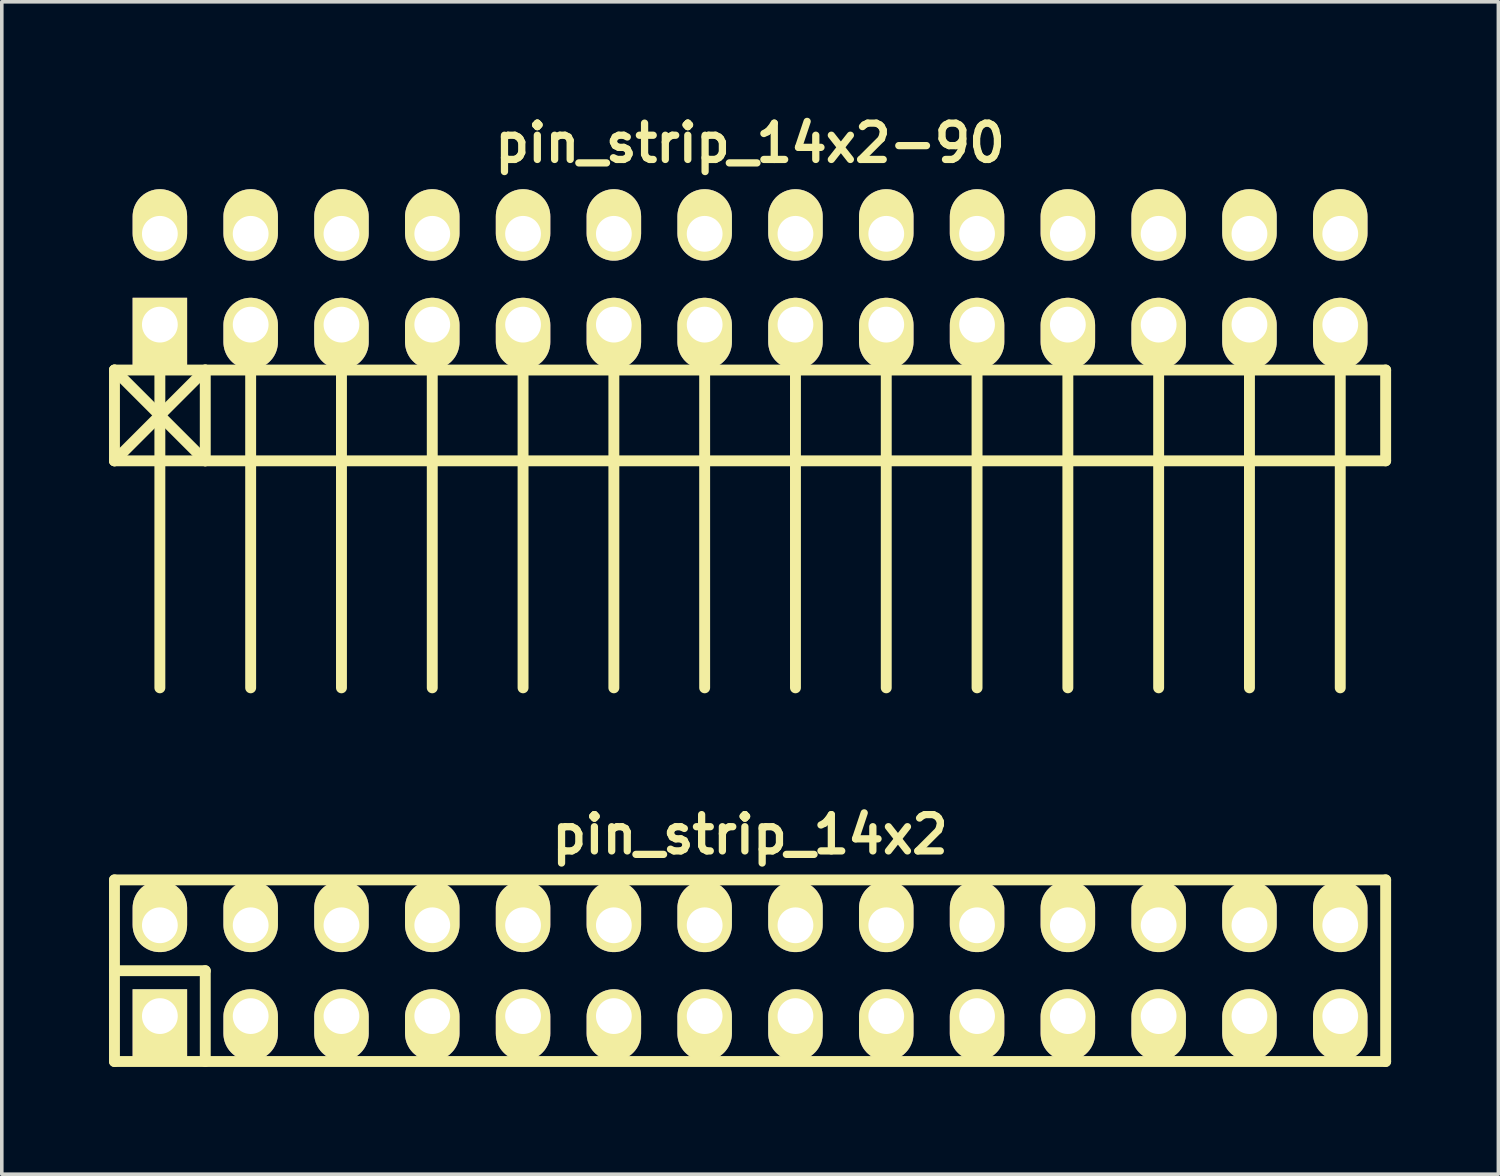
<source format=kicad_pcb>
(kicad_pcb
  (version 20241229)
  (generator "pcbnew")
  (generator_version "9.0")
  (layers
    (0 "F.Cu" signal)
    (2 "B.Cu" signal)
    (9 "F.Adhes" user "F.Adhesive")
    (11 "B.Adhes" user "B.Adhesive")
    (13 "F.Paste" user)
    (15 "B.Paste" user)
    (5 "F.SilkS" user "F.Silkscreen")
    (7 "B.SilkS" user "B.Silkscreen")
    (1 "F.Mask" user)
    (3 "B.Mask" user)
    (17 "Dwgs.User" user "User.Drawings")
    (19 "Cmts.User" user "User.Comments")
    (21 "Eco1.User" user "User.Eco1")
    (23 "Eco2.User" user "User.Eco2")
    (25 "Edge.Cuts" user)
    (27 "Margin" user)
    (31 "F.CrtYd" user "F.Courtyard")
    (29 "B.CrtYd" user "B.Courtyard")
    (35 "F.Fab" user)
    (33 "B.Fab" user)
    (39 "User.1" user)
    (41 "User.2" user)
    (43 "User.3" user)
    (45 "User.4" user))
  (footprint "pin_strip_14x2"
    (layer "F.Cu")
    (at 17.932 24.104)
    (property "Reference" "pin_strip_14x2" (at 0 -3.81 0) (layer "F.SilkS") (effects (font (size 1.016 1.016) (thickness 0.203))))
    (attr through_hole)
    (fp_line (start -17.78 -2.54) (end -17.78 2.54) (stroke (width 0.305) (type solid)) (layer "F.SilkS"))
    (fp_line (start -17.78 -2.54) (end 17.78 -2.54) (stroke (width 0.305) (type solid)) (layer "F.SilkS"))
    (fp_line (start -17.78 0) (end -15.24 0) (stroke (width 0.305) (type solid)) (layer "F.SilkS"))
    (fp_line (start -15.24 0) (end -15.24 2.54) (stroke (width 0.305) (type solid)) (layer "F.SilkS"))
    (fp_line (start 17.78 2.54) (end -17.78 2.54) (stroke (width 0.305) (type solid)) (layer "F.SilkS"))
    (fp_line (start 17.78 2.54) (end 17.78 -2.54) (stroke (width 0.305) (type solid)) (layer "F.SilkS"))
    (pad "1" thru_hole rect (at -16.51 1.27) (size 1.524 1.999) (drill 1.001 (offset 0 0.249)) (layers "*.Cu" "*.Mask" "F.SilkS"))
    (pad "2" thru_hole oval (at -16.51 -1.27) (size 1.524 1.999) (drill 1.001 (offset 0 -0.249)) (layers "*.Cu" "*.Mask" "F.SilkS"))
    (pad "3" thru_hole oval (at -13.97 1.27) (size 1.524 1.999) (drill 1.001 (offset 0 0.249)) (layers "*.Cu" "*.Mask" "F.SilkS"))
    (pad "4" thru_hole oval (at -13.97 -1.27) (size 1.524 1.999) (drill 1.001 (offset 0 -0.249)) (layers "*.Cu" "*.Mask" "F.SilkS"))
    (pad "5" thru_hole oval (at -11.43 1.27) (size 1.524 1.999) (drill 1.001 (offset 0 0.249)) (layers "*.Cu" "*.Mask" "F.SilkS"))
    (pad "6" thru_hole oval (at -11.43 -1.27) (size 1.524 1.999) (drill 1.001 (offset 0 -0.249)) (layers "*.Cu" "*.Mask" "F.SilkS"))
    (pad "7" thru_hole oval (at -8.89 1.27) (size 1.524 1.999) (drill 1.001 (offset 0 0.249)) (layers "*.Cu" "*.Mask" "F.SilkS"))
    (pad "8" thru_hole oval (at -8.89 -1.27) (size 1.524 1.999) (drill 1.001 (offset 0 -0.249)) (layers "*.Cu" "*.Mask" "F.SilkS"))
    (pad "9" thru_hole oval (at -6.35 1.27) (size 1.524 1.999) (drill 1.001 (offset 0 0.249)) (layers "*.Cu" "*.Mask" "F.SilkS"))
    (pad "10" thru_hole oval (at -6.35 -1.27) (size 1.524 1.999) (drill 1.001 (offset 0 -0.249)) (layers "*.Cu" "*.Mask" "F.SilkS"))
    (pad "11" thru_hole oval (at -3.81 1.27) (size 1.524 1.999) (drill 1.001 (offset 0 0.249)) (layers "*.Cu" "*.Mask" "F.SilkS"))
    (pad "12" thru_hole oval (at -3.81 -1.27) (size 1.524 1.999) (drill 1.001 (offset 0 -0.249)) (layers "*.Cu" "*.Mask" "F.SilkS"))
    (pad "13" thru_hole oval (at -1.27 1.27) (size 1.524 1.999) (drill 1.001 (offset 0 0.249)) (layers "*.Cu" "*.Mask" "F.SilkS"))
    (pad "14" thru_hole oval (at -1.27 -1.27) (size 1.524 1.999) (drill 1.001 (offset 0 -0.249)) (layers "*.Cu" "*.Mask" "F.SilkS"))
    (pad "15" thru_hole oval (at 1.27 1.27) (size 1.524 1.999) (drill 1.001 (offset 0 0.249)) (layers "*.Cu" "*.Mask" "F.SilkS"))
    (pad "16" thru_hole oval (at 1.27 -1.27) (size 1.524 1.999) (drill 1.001 (offset 0 -0.249)) (layers "*.Cu" "*.Mask" "F.SilkS"))
    (pad "17" thru_hole oval (at 3.81 1.27) (size 1.524 1.999) (drill 1.001 (offset 0 0.249)) (layers "*.Cu" "*.Mask" "F.SilkS"))
    (pad "18" thru_hole oval (at 3.81 -1.27) (size 1.524 1.999) (drill 1.001 (offset 0 -0.249)) (layers "*.Cu" "*.Mask" "F.SilkS"))
    (pad "19" thru_hole oval (at 6.35 1.27) (size 1.524 1.999) (drill 1.001 (offset 0 0.249)) (layers "*.Cu" "*.Mask" "F.SilkS"))
    (pad "20" thru_hole oval (at 6.35 -1.27) (size 1.524 1.999) (drill 1.001 (offset 0 -0.249)) (layers "*.Cu" "*.Mask" "F.SilkS"))
    (pad "21" thru_hole oval (at 8.89 1.27) (size 1.524 1.999) (drill 1.001 (offset 0 0.249)) (layers "*.Cu" "*.Mask" "F.SilkS"))
    (pad "22" thru_hole oval (at 8.89 -1.27) (size 1.524 1.999) (drill 1.001 (offset 0 -0.249)) (layers "*.Cu" "*.Mask" "F.SilkS"))
    (pad "23" thru_hole oval (at 11.43 1.27) (size 1.524 1.999) (drill 1.001 (offset 0 0.249)) (layers "*.Cu" "*.Mask" "F.SilkS"))
    (pad "24" thru_hole oval (at 11.43 -1.27) (size 1.524 1.999) (drill 1.001 (offset 0 -0.249)) (layers "*.Cu" "*.Mask" "F.SilkS"))
    (pad "25" thru_hole oval (at 13.97 1.27) (size 1.524 1.999) (drill 1.001 (offset 0 0.249)) (layers "*.Cu" "*.Mask" "F.SilkS"))
    (pad "26" thru_hole oval (at 13.97 -1.27) (size 1.524 1.999) (drill 1.001 (offset 0 -0.249)) (layers "*.Cu" "*.Mask" "F.SilkS"))
    (pad "27" thru_hole oval (at 16.51 1.27) (size 1.524 1.999) (drill 1.001 (offset 0 0.249)) (layers "*.Cu" "*.Mask" "F.SilkS"))
    (pad "28" thru_hole oval (at 16.51 -1.27) (size 1.524 1.999) (drill 1.001 (offset 0 -0.249)) (layers "*.Cu" "*.Mask" "F.SilkS")))
  (footprint "pin_strip_14x2-90"
    (layer "F.Cu")
    (at 17.932 4.761)
    (property "Reference" "pin_strip_14x2-90" (at 0 -3.81 0) (layer "F.SilkS") (effects (font (size 1.016 1.016) (thickness 0.203))))
    (attr through_hole)
    (fp_line (start -17.78 2.54) (end -15.24 5.08) (stroke (width 0.305) (type solid)) (layer "F.SilkS"))
    (fp_line (start -17.78 2.54) (end 17.78 2.54) (stroke (width 0.305) (type solid)) (layer "F.SilkS"))
    (fp_line (start -17.78 5.08) (end -17.78 2.54) (stroke (width 0.305) (type solid)) (layer "F.SilkS"))
    (fp_line (start -16.51 1.27) (end -16.51 11.43) (stroke (width 0.305) (type solid)) (layer "F.SilkS"))
    (fp_line (start -15.24 2.54) (end -17.78 5.08) (stroke (width 0.305) (type solid)) (layer "F.SilkS"))
    (fp_line (start -15.24 5.08) (end -15.24 2.54) (stroke (width 0.305) (type solid)) (layer "F.SilkS"))
    (fp_line (start -13.97 1.27) (end -13.97 11.43) (stroke (width 0.305) (type solid)) (layer "F.SilkS"))
    (fp_line (start -11.43 11.43) (end -11.43 1.27) (stroke (width 0.305) (type solid)) (layer "F.SilkS"))
    (fp_line (start -8.89 1.27) (end -8.89 11.43) (stroke (width 0.305) (type solid)) (layer "F.SilkS"))
    (fp_line (start -6.35 1.27) (end -6.35 11.43) (stroke (width 0.305) (type solid)) (layer "F.SilkS"))
    (fp_line (start -3.81 1.27) (end -3.81 11.43) (stroke (width 0.305) (type solid)) (layer "F.SilkS"))
    (fp_line (start -1.27 1.27) (end -1.27 11.43) (stroke (width 0.305) (type solid)) (layer "F.SilkS"))
    (fp_line (start 1.27 1.27) (end 1.27 11.43) (stroke (width 0.305) (type solid)) (layer "F.SilkS"))
    (fp_line (start 3.81 1.27) (end 3.81 11.43) (stroke (width 0.305) (type solid)) (layer "F.SilkS"))
    (fp_line (start 6.35 1.27) (end 6.35 11.43) (stroke (width 0.305) (type solid)) (layer "F.SilkS"))
    (fp_line (start 8.89 1.27) (end 8.89 11.43) (stroke (width 0.305) (type solid)) (layer "F.SilkS"))
    (fp_line (start 11.43 1.27) (end 11.43 11.43) (stroke (width 0.305) (type solid)) (layer "F.SilkS"))
    (fp_line (start 13.97 11.43) (end 13.97 1.27) (stroke (width 0.305) (type solid)) (layer "F.SilkS"))
    (fp_line (start 16.51 1.27) (end 16.51 11.43) (stroke (width 0.305) (type solid)) (layer "F.SilkS"))
    (fp_line (start 17.78 2.54) (end 17.78 5.08) (stroke (width 0.305) (type solid)) (layer "F.SilkS"))
    (fp_line (start 17.78 5.08) (end -17.78 5.08) (stroke (width 0.305) (type solid)) (layer "F.SilkS"))
    (pad "1" thru_hole rect (at -16.51 1.27) (size 1.524 1.999) (drill 1.001 (offset 0 0.249)) (layers "*.Cu" "*.Mask" "F.SilkS"))
    (pad "2" thru_hole oval (at -16.51 -1.27) (size 1.524 1.999) (drill 1.001 (offset 0 -0.249)) (layers "*.Cu" "*.Mask" "F.SilkS"))
    (pad "3" thru_hole oval (at -13.97 1.27) (size 1.524 1.999) (drill 1.001 (offset 0 0.249)) (layers "*.Cu" "*.Mask" "F.SilkS"))
    (pad "4" thru_hole oval (at -13.97 -1.27) (size 1.524 1.999) (drill 1.001 (offset 0 -0.249)) (layers "*.Cu" "*.Mask" "F.SilkS"))
    (pad "5" thru_hole oval (at -11.43 1.27) (size 1.524 1.999) (drill 1.001 (offset 0 0.249)) (layers "*.Cu" "*.Mask" "F.SilkS"))
    (pad "6" thru_hole oval (at -11.43 -1.27) (size 1.524 1.999) (drill 1.001 (offset 0 -0.249)) (layers "*.Cu" "*.Mask" "F.SilkS"))
    (pad "7" thru_hole oval (at -8.89 1.27) (size 1.524 1.999) (drill 1.001 (offset 0 0.249)) (layers "*.Cu" "*.Mask" "F.SilkS"))
    (pad "8" thru_hole oval (at -8.89 -1.27) (size 1.524 1.999) (drill 1.001 (offset 0 -0.249)) (layers "*.Cu" "*.Mask" "F.SilkS"))
    (pad "9" thru_hole oval (at -6.35 1.27) (size 1.524 1.999) (drill 1.001 (offset 0 0.249)) (layers "*.Cu" "*.Mask" "F.SilkS"))
    (pad "10" thru_hole oval (at -6.35 -1.27) (size 1.524 1.999) (drill 1.001 (offset 0 -0.249)) (layers "*.Cu" "*.Mask" "F.SilkS"))
    (pad "11" thru_hole oval (at -3.81 1.27) (size 1.524 1.999) (drill 1.001 (offset 0 0.249)) (layers "*.Cu" "*.Mask" "F.SilkS"))
    (pad "12" thru_hole oval (at -3.81 -1.27) (size 1.524 1.999) (drill 1.001 (offset 0 -0.249)) (layers "*.Cu" "*.Mask" "F.SilkS"))
    (pad "13" thru_hole oval (at -1.27 1.27) (size 1.524 1.999) (drill 1.001 (offset 0 0.249)) (layers "*.Cu" "*.Mask" "F.SilkS"))
    (pad "14" thru_hole oval (at -1.27 -1.27) (size 1.524 1.999) (drill 1.001 (offset 0 -0.249)) (layers "*.Cu" "*.Mask" "F.SilkS"))
    (pad "15" thru_hole oval (at 1.27 1.27) (size 1.524 1.999) (drill 1.001 (offset 0 0.249)) (layers "*.Cu" "*.Mask" "F.SilkS"))
    (pad "16" thru_hole oval (at 1.27 -1.27) (size 1.524 1.999) (drill 1.001 (offset 0 -0.249)) (layers "*.Cu" "*.Mask" "F.SilkS"))
    (pad "17" thru_hole oval (at 3.81 1.27) (size 1.524 1.999) (drill 1.001 (offset 0 0.249)) (layers "*.Cu" "*.Mask" "F.SilkS"))
    (pad "18" thru_hole oval (at 3.81 -1.27) (size 1.524 1.999) (drill 1.001 (offset 0 -0.249)) (layers "*.Cu" "*.Mask" "F.SilkS"))
    (pad "19" thru_hole oval (at 6.35 1.27) (size 1.524 1.999) (drill 1.001 (offset 0 0.249)) (layers "*.Cu" "*.Mask" "F.SilkS"))
    (pad "20" thru_hole oval (at 6.35 -1.27) (size 1.524 1.999) (drill 1.001 (offset 0 -0.249)) (layers "*.Cu" "*.Mask" "F.SilkS"))
    (pad "21" thru_hole oval (at 8.89 1.27) (size 1.524 1.999) (drill 1.001 (offset 0 0.249)) (layers "*.Cu" "*.Mask" "F.SilkS"))
    (pad "22" thru_hole oval (at 8.89 -1.27) (size 1.524 1.999) (drill 1.001 (offset 0 -0.249)) (layers "*.Cu" "*.Mask" "F.SilkS"))
    (pad "23" thru_hole oval (at 11.43 1.27) (size 1.524 1.999) (drill 1.001 (offset 0 0.249)) (layers "*.Cu" "*.Mask" "F.SilkS"))
    (pad "24" thru_hole oval (at 11.43 -1.27) (size 1.524 1.999) (drill 1.001 (offset 0 -0.249)) (layers "*.Cu" "*.Mask" "F.SilkS"))
    (pad "25" thru_hole oval (at 13.97 1.27) (size 1.524 1.999) (drill 1.001 (offset 0 0.249)) (layers "*.Cu" "*.Mask" "F.SilkS"))
    (pad "26" thru_hole oval (at 13.97 -1.27) (size 1.524 1.999) (drill 1.001 (offset 0 -0.249)) (layers "*.Cu" "*.Mask" "F.SilkS"))
    (pad "27" thru_hole oval (at 16.51 1.27) (size 1.524 1.999) (drill 1.001 (offset 0 0.249)) (layers "*.Cu" "*.Mask" "F.SilkS"))
    (pad "28" thru_hole oval (at 16.51 -1.27) (size 1.524 1.999) (drill 1.001 (offset 0 -0.249)) (layers "*.Cu" "*.Mask" "F.SilkS")))
  (gr_rect
    (start -3 -3)
    (end 38.865 29.797)
    (stroke (width 0.1) (type default))
    (fill no)
    (layer "Edge.Cuts")))
</source>
